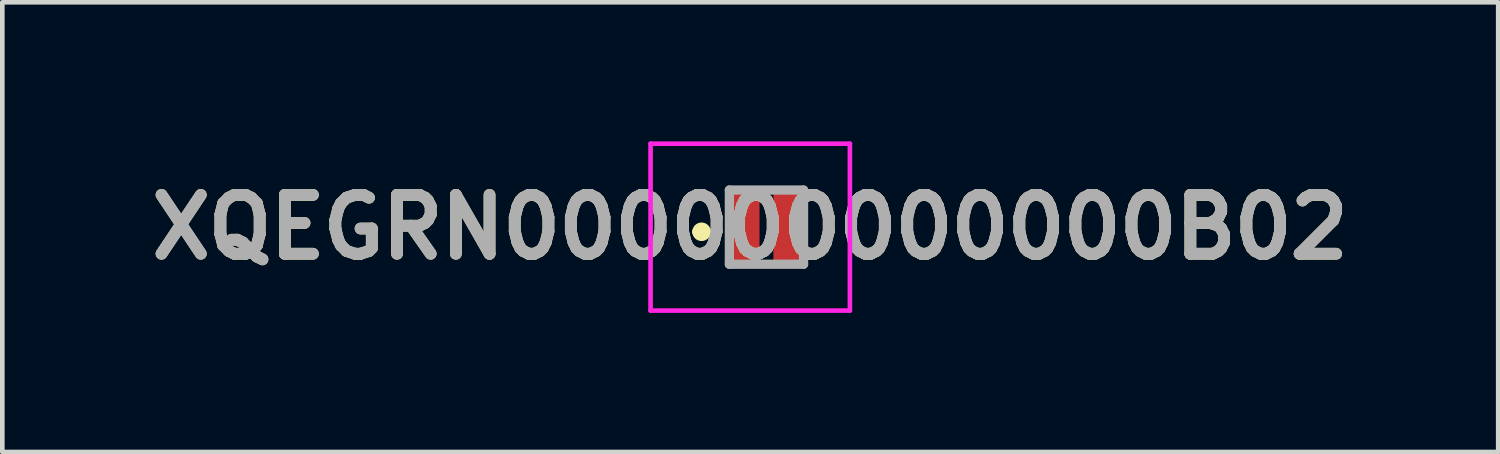
<source format=kicad_pcb>
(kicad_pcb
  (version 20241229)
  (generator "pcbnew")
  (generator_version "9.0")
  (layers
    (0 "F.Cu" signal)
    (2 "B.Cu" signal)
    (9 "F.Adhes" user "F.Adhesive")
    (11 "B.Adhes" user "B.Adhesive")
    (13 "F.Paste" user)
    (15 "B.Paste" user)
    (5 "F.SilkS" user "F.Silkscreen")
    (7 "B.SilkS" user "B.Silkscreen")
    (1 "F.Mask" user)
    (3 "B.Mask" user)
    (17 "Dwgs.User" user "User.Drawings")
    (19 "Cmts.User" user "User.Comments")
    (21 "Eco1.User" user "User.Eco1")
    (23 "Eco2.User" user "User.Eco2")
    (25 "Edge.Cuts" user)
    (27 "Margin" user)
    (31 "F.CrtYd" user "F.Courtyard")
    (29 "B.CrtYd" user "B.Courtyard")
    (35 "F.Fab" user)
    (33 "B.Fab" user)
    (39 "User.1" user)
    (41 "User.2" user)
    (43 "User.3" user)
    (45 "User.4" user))
  (footprint "XQEGRN000000000000B02"
    (layer "F.Cu")
    (at 13.485 1.85)
    (property "Reference" "XQEGRN000000000000B02" (at -0.35 0 0) (layer "F.SilkS") (effects (font (size 1.27 1.27) (thickness 0.254))))
    (attr smd)
    (fp_line (start -1.5 0.1) (end -1.5 0.1) (stroke (width 0.2) (type solid)) (layer "F.SilkS"))
    (fp_line (start -1.3 0.1) (end -1.3 0.1) (stroke (width 0.2) (type solid)) (layer "F.SilkS"))
    (fp_arc (start -1.5 0.1) (mid -1.4 0) (end -1.3 0.1) (stroke (width 0.2) (type solid)) (layer "F.SilkS"))
    (fp_arc (start -1.3 0.1) (mid -1.4 0.2) (end -1.5 0.1) (stroke (width 0.2) (type solid)) (layer "F.SilkS"))
    (fp_line (start -2.5 -1.8) (end 1.8 -1.8) (stroke (width 0.1) (type solid)) (layer "F.CrtYd"))
    (fp_line (start -2.5 1.8) (end -2.5 -1.8) (stroke (width 0.1) (type solid)) (layer "F.CrtYd"))
    (fp_line (start 1.8 -1.8) (end 1.8 1.8) (stroke (width 0.1) (type solid)) (layer "F.CrtYd"))
    (fp_line (start 1.8 1.8) (end -2.5 1.8) (stroke (width 0.1) (type solid)) (layer "F.CrtYd"))
    (fp_line (start -0.8 -0.8) (end 0.8 -0.8) (stroke (width 0.2) (type solid)) (layer "F.Fab"))
    (fp_line (start -0.8 0.8) (end -0.8 -0.8) (stroke (width 0.2) (type solid)) (layer "F.Fab"))
    (fp_line (start 0.8 -0.8) (end 0.8 0.8) (stroke (width 0.2) (type solid)) (layer "F.Fab"))
    (fp_line (start 0.8 0.8) (end -0.8 0.8) (stroke (width 0.2) (type solid)) (layer "F.Fab"))
    (fp_text user "${REFERENCE}" (at -0.35 0 0) (layer "F.Fab") (effects (font (size 1.27 1.27) (thickness 0.254))))
    (pad "1" smd rect (at -0.475 0) (size 0.65 1.6) (layers "F.Cu" "F.Mask" "F.Paste"))
    (pad "2" smd rect (at 0.475 0) (size 0.65 1.6) (layers "F.Cu" "F.Mask" "F.Paste")))
  (gr_rect
    (start -3 -3)
    (end 29.271 6.7)
    (stroke (width 0.1) (type default))
    (fill no)
    (layer "Edge.Cuts")))
</source>
